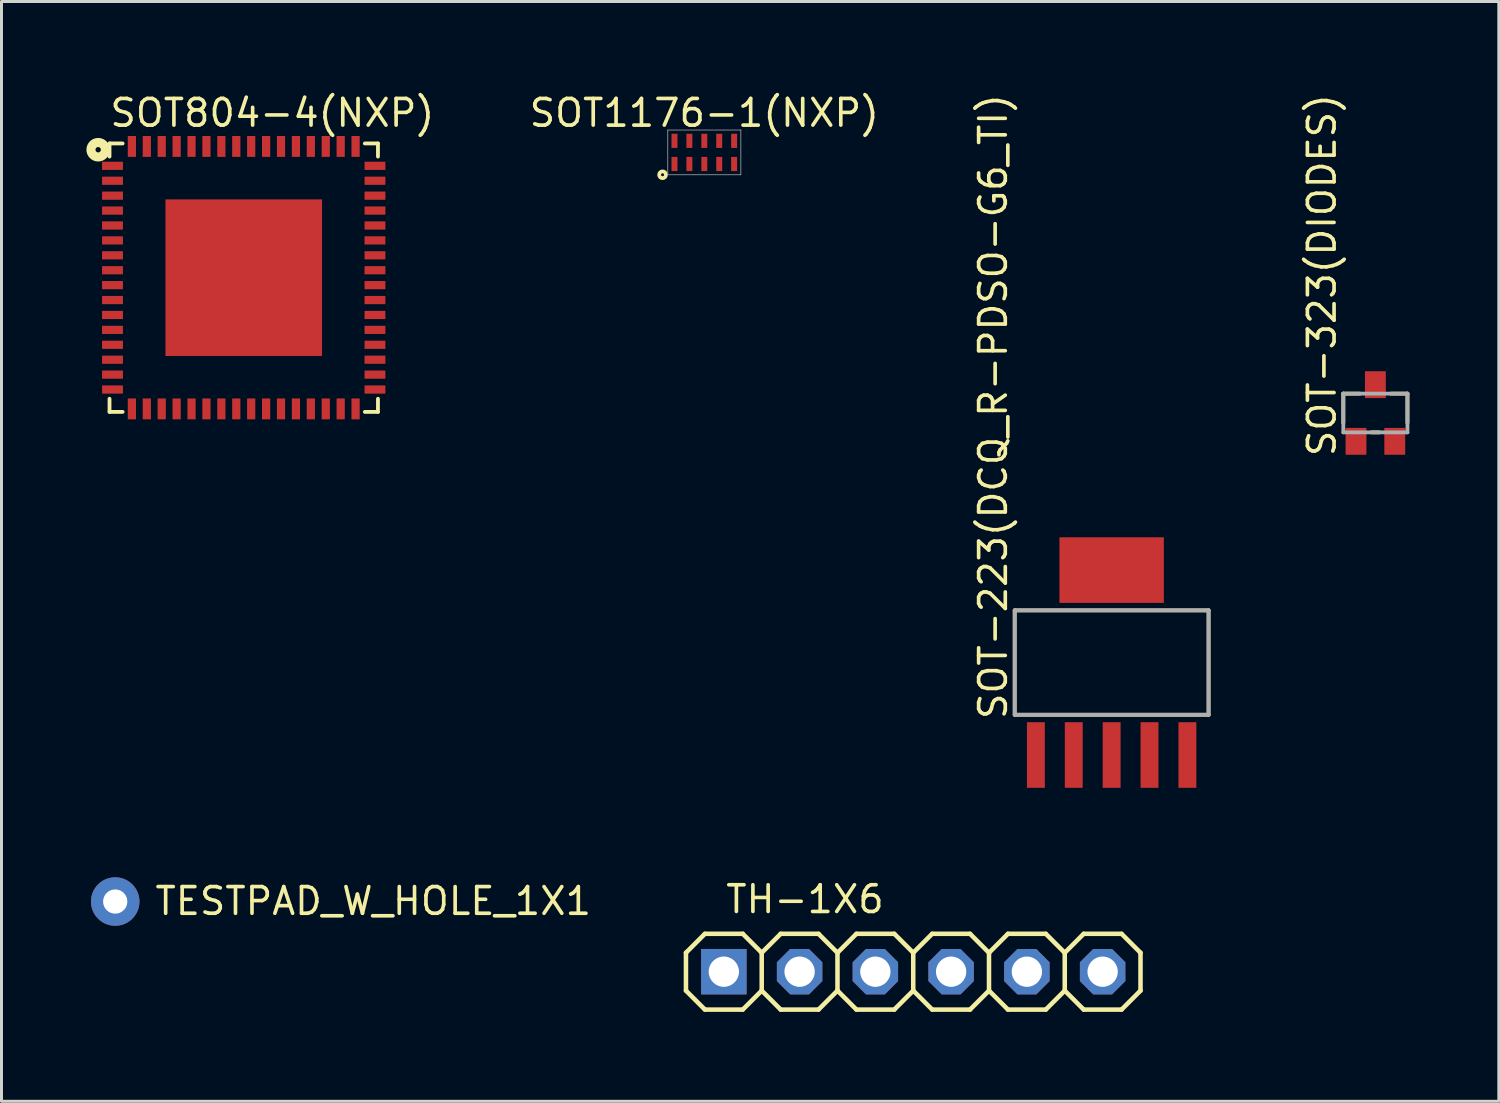
<source format=kicad_pcb>
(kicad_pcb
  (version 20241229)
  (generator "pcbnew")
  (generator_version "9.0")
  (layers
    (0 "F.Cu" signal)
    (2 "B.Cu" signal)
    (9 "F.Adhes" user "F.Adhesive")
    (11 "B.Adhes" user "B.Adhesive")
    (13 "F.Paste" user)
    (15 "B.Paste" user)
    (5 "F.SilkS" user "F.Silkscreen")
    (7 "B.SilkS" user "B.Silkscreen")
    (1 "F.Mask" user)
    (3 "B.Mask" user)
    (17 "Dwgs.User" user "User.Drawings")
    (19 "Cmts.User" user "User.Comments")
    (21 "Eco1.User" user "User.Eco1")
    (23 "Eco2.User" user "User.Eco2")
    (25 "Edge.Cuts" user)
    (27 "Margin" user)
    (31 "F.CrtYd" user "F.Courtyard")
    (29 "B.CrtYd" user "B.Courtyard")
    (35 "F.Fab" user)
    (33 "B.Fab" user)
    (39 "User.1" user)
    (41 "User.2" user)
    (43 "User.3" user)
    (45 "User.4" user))
  (footprint "SOT1176-1(NXP)"
    (layer "F.Cu")
    (at 20.564 2.06)
    (property "Reference" "SOT1176-1(NXP)" (at 0 -0.8 0) (layer "F.SilkS") (effects (font (size 0.894 0.894) (thickness 0.122)) (justify bottom)))
    (fp_circle (center -1.4 0.75) (end -1.35 0.75) (stroke (width 0.127) (type solid)) (fill no) (layer "F.SilkS"))
    (fp_line (start -1.225 -0.75) (end 1.225 -0.75) (stroke (width 0.025) (type solid)) (layer "F.Fab"))
    (fp_line (start -1.225 0.75) (end -1.225 -0.75) (stroke (width 0.025) (type solid)) (layer "F.Fab"))
    (fp_line (start 1.225 -0.75) (end 1.225 0.75) (stroke (width 0.025) (type solid)) (layer "F.Fab"))
    (fp_line (start 1.225 0.75) (end -1.225 0.75) (stroke (width 0.025) (type solid)) (layer "F.Fab"))
    (pad "1" smd rect (at -1 0.388) (size 0.2 0.475) (layers "F.Cu" "F.Mask" "F.Paste"))
    (pad "2" smd rect (at -0.5 0.388) (size 0.2 0.475) (layers "F.Cu" "F.Mask" "F.Paste"))
    (pad "3" smd rect (at 0 0.388) (size 0.2 0.475) (layers "F.Cu" "F.Mask" "F.Paste"))
    (pad "4" smd rect (at 0.5 0.388) (size 0.2 0.475) (layers "F.Cu" "F.Mask" "F.Paste"))
    (pad "5" smd rect (at 1 0.388) (size 0.2 0.475) (layers "F.Cu" "F.Mask" "F.Paste"))
    (pad "6" smd rect (at 1 -0.388) (size 0.2 0.475) (layers "F.Cu" "F.Mask" "F.Paste"))
    (pad "7" smd rect (at 0.5 -0.388) (size 0.2 0.475) (layers "F.Cu" "F.Mask" "F.Paste"))
    (pad "8" smd rect (at 0 -0.388) (size 0.2 0.475) (layers "F.Cu" "F.Mask" "F.Paste"))
    (pad "9" smd rect (at -0.5 -0.388) (size 0.2 0.475) (layers "F.Cu" "F.Mask" "F.Paste"))
    (pad "10" smd rect (at -1 -0.388) (size 0.2 0.475) (layers "F.Cu" "F.Mask" "F.Paste")))
  (footprint "SOT-323(DIODES)"
    (layer "F.Cu")
    (at 43.064 10.797)
    (property "Reference" "SOT-323(DIODES)" (at -1.27 1.524 90) (layer "F.SilkS") (effects (font (size 0.894 0.894) (thickness 0.122)) (justify left bottom)))
    (fp_line (start -1.075 -0.65) (end -1.075 0.33) (stroke (width 0.127) (type solid)) (layer "F.SilkS"))
    (fp_line (start -0.52 -0.65) (end -1.075 -0.65) (stroke (width 0.127) (type solid)) (layer "F.SilkS"))
    (fp_line (start -0.13 0.65) (end 0.13 0.65) (stroke (width 0.127) (type solid)) (layer "F.SilkS"))
    (fp_line (start 0.52 -0.65) (end 1.075 -0.65) (stroke (width 0.127) (type solid)) (layer "F.SilkS"))
    (fp_line (start 1.075 -0.65) (end 1.075 0.33) (stroke (width 0.127) (type solid)) (layer "F.SilkS"))
    (fp_line (start -1.075 -0.65) (end -1.075 0.65) (stroke (width 0.127) (type solid)) (layer "F.Fab"))
    (fp_line (start -1.075 0.65) (end 1.075 0.65) (stroke (width 0.127) (type solid)) (layer "F.Fab"))
    (fp_line (start 1.075 -0.65) (end -1.075 -0.65) (stroke (width 0.127) (type solid)) (layer "F.Fab"))
    (fp_line (start 1.075 0.65) (end 1.075 -0.65) (stroke (width 0.127) (type solid)) (layer "F.Fab"))
    (pad "D" smd rect (at 0 -0.95) (size 0.7 0.9) (layers "F.Cu" "F.Mask" "F.Paste"))
    (pad "G" smd rect (at -0.65 0.95) (size 0.7 0.9) (layers "F.Cu" "F.Mask" "F.Paste"))
    (pad "S" smd rect (at 0.65 0.95) (size 0.7 0.9) (layers "F.Cu" "F.Mask" "F.Paste")))
  (footprint "SOT804-4(NXP)"
    (layer "F.Cu")
    (at 5.122 6.26)
    (property "Reference" "SOT804-4(NXP)" (at -4.55 -5 0) (layer "F.SilkS") (effects (font (size 0.894 0.894) (thickness 0.122)) (justify left bottom)))
    (fp_line (start -4.5 -4.5) (end -4.5 -4.06) (stroke (width 0.127) (type solid)) (layer "F.SilkS"))
    (fp_line (start -4.5 4.06) (end -4.5 4.5) (stroke (width 0.127) (type solid)) (layer "F.SilkS"))
    (fp_line (start -4.5 4.5) (end -4.06 4.5) (stroke (width 0.127) (type solid)) (layer "F.SilkS"))
    (fp_line (start -4.06 -4.5) (end -4.5 -4.5) (stroke (width 0.127) (type solid)) (layer "F.SilkS"))
    (fp_line (start 4.06 4.5) (end 4.5 4.5) (stroke (width 0.127) (type solid)) (layer "F.SilkS"))
    (fp_line (start 4.5 -4.5) (end 4.06 -4.5) (stroke (width 0.127) (type solid)) (layer "F.SilkS"))
    (fp_line (start 4.5 -4.06) (end 4.5 -4.5) (stroke (width 0.127) (type solid)) (layer "F.SilkS"))
    (fp_line (start 4.5 4.5) (end 4.5 4.06) (stroke (width 0.127) (type solid)) (layer "F.SilkS"))
    (fp_circle (center -4.88 -4.29) (end -4.79 -4.29) (stroke (width 0.305) (type solid)) (fill no) (layer "F.SilkS"))
    (pad "1" smd rect (at -4.4 -3.75) (size 0.7 0.275) (layers "F.Cu" "F.Mask" "F.Paste"))
    (pad "2" smd rect (at -4.4 -3.25) (size 0.7 0.275) (layers "F.Cu" "F.Mask" "F.Paste"))
    (pad "3" smd rect (at -4.4 -2.75) (size 0.7 0.275) (layers "F.Cu" "F.Mask" "F.Paste"))
    (pad "4" smd rect (at -4.4 -2.25) (size 0.7 0.275) (layers "F.Cu" "F.Mask" "F.Paste"))
    (pad "5" smd rect (at -4.4 -1.75) (size 0.7 0.275) (layers "F.Cu" "F.Mask" "F.Paste"))
    (pad "6" smd rect (at -4.4 -1.25) (size 0.7 0.275) (layers "F.Cu" "F.Mask" "F.Paste"))
    (pad "7" smd rect (at -4.4 -0.75) (size 0.7 0.275) (layers "F.Cu" "F.Mask" "F.Paste"))
    (pad "8" smd rect (at -4.4 -0.25) (size 0.7 0.275) (layers "F.Cu" "F.Mask" "F.Paste"))
    (pad "9" smd rect (at -4.4 0.25) (size 0.7 0.275) (layers "F.Cu" "F.Mask" "F.Paste"))
    (pad "10" smd rect (at -4.4 0.75) (size 0.7 0.275) (layers "F.Cu" "F.Mask" "F.Paste"))
    (pad "11" smd rect (at -4.4 1.25) (size 0.7 0.275) (layers "F.Cu" "F.Mask" "F.Paste"))
    (pad "12" smd rect (at -4.4 1.75) (size 0.7 0.275) (layers "F.Cu" "F.Mask" "F.Paste"))
    (pad "13" smd rect (at -4.4 2.25) (size 0.7 0.275) (layers "F.Cu" "F.Mask" "F.Paste"))
    (pad "14" smd rect (at -4.4 2.75) (size 0.7 0.275) (layers "F.Cu" "F.Mask" "F.Paste"))
    (pad "15" smd rect (at -4.4 3.25) (size 0.7 0.275) (layers "F.Cu" "F.Mask" "F.Paste"))
    (pad "16" smd rect (at -4.4 3.75) (size 0.7 0.275) (layers "F.Cu" "F.Mask" "F.Paste"))
    (pad "17" smd rect (at -3.75 4.4 90) (size 0.7 0.275) (layers "F.Cu" "F.Mask" "F.Paste"))
    (pad "18" smd rect (at -3.25 4.4 90) (size 0.7 0.275) (layers "F.Cu" "F.Mask" "F.Paste"))
    (pad "19" smd rect (at -2.75 4.4 90) (size 0.7 0.275) (layers "F.Cu" "F.Mask" "F.Paste"))
    (pad "20" smd rect (at -2.25 4.4 90) (size 0.7 0.275) (layers "F.Cu" "F.Mask" "F.Paste"))
    (pad "21" smd rect (at -1.75 4.4 90) (size 0.7 0.275) (layers "F.Cu" "F.Mask" "F.Paste"))
    (pad "22" smd rect (at -1.25 4.4 90) (size 0.7 0.275) (layers "F.Cu" "F.Mask" "F.Paste"))
    (pad "23" smd rect (at -0.75 4.4 90) (size 0.7 0.275) (layers "F.Cu" "F.Mask" "F.Paste"))
    (pad "24" smd rect (at -0.25 4.4 90) (size 0.7 0.275) (layers "F.Cu" "F.Mask" "F.Paste"))
    (pad "25" smd rect (at 0.25 4.4 90) (size 0.7 0.275) (layers "F.Cu" "F.Mask" "F.Paste"))
    (pad "26" smd rect (at 0.75 4.4 90) (size 0.7 0.275) (layers "F.Cu" "F.Mask" "F.Paste"))
    (pad "27" smd rect (at 1.25 4.4 90) (size 0.7 0.275) (layers "F.Cu" "F.Mask" "F.Paste"))
    (pad "28" smd rect (at 1.75 4.4 90) (size 0.7 0.275) (layers "F.Cu" "F.Mask" "F.Paste"))
    (pad "29" smd rect (at 2.25 4.4 90) (size 0.7 0.275) (layers "F.Cu" "F.Mask" "F.Paste"))
    (pad "30" smd rect (at 2.75 4.4 90) (size 0.7 0.275) (layers "F.Cu" "F.Mask" "F.Paste"))
    (pad "31" smd rect (at 3.25 4.4 90) (size 0.7 0.275) (layers "F.Cu" "F.Mask" "F.Paste"))
    (pad "32" smd rect (at 3.75 4.4 90) (size 0.7 0.275) (layers "F.Cu" "F.Mask" "F.Paste"))
    (pad "33" smd rect (at 4.4 3.75 180) (size 0.7 0.275) (layers "F.Cu" "F.Mask" "F.Paste"))
    (pad "34" smd rect (at 4.4 3.25 180) (size 0.7 0.275) (layers "F.Cu" "F.Mask" "F.Paste"))
    (pad "35" smd rect (at 4.4 2.75 180) (size 0.7 0.275) (layers "F.Cu" "F.Mask" "F.Paste"))
    (pad "36" smd rect (at 4.4 2.25 180) (size 0.7 0.275) (layers "F.Cu" "F.Mask" "F.Paste"))
    (pad "37" smd rect (at 4.4 1.75 180) (size 0.7 0.275) (layers "F.Cu" "F.Mask" "F.Paste"))
    (pad "38" smd rect (at 4.4 1.25 180) (size 0.7 0.275) (layers "F.Cu" "F.Mask" "F.Paste"))
    (pad "39" smd rect (at 4.4 0.75 180) (size 0.7 0.275) (layers "F.Cu" "F.Mask" "F.Paste"))
    (pad "40" smd rect (at 4.4 0.25 180) (size 0.7 0.275) (layers "F.Cu" "F.Mask" "F.Paste"))
    (pad "41" smd rect (at 4.4 -0.25 180) (size 0.7 0.275) (layers "F.Cu" "F.Mask" "F.Paste"))
    (pad "42" smd rect (at 4.4 -0.75 180) (size 0.7 0.275) (layers "F.Cu" "F.Mask" "F.Paste"))
    (pad "43" smd rect (at 4.4 -1.25 180) (size 0.7 0.275) (layers "F.Cu" "F.Mask" "F.Paste"))
    (pad "44" smd rect (at 4.4 -1.75 180) (size 0.7 0.275) (layers "F.Cu" "F.Mask" "F.Paste"))
    (pad "45" smd rect (at 4.4 -2.25 180) (size 0.7 0.275) (layers "F.Cu" "F.Mask" "F.Paste"))
    (pad "46" smd rect (at 4.4 -2.75 180) (size 0.7 0.275) (layers "F.Cu" "F.Mask" "F.Paste"))
    (pad "47" smd rect (at 4.4 -3.25 180) (size 0.7 0.275) (layers "F.Cu" "F.Mask" "F.Paste"))
    (pad "48" smd rect (at 4.4 -3.75 180) (size 0.7 0.275) (layers "F.Cu" "F.Mask" "F.Paste"))
    (pad "49" smd rect (at 3.75 -4.4 270) (size 0.7 0.275) (layers "F.Cu" "F.Mask" "F.Paste"))
    (pad "50" smd rect (at 3.25 -4.4 270) (size 0.7 0.275) (layers "F.Cu" "F.Mask" "F.Paste"))
    (pad "51" smd rect (at 2.75 -4.4 270) (size 0.7 0.275) (layers "F.Cu" "F.Mask" "F.Paste"))
    (pad "52" smd rect (at 2.25 -4.4 270) (size 0.7 0.275) (layers "F.Cu" "F.Mask" "F.Paste"))
    (pad "53" smd rect (at 1.75 -4.4 270) (size 0.7 0.275) (layers "F.Cu" "F.Mask" "F.Paste"))
    (pad "54" smd rect (at 1.25 -4.4 270) (size 0.7 0.275) (layers "F.Cu" "F.Mask" "F.Paste"))
    (pad "55" smd rect (at 0.75 -4.4 270) (size 0.7 0.275) (layers "F.Cu" "F.Mask" "F.Paste"))
    (pad "56" smd rect (at 0.25 -4.4 270) (size 0.7 0.275) (layers "F.Cu" "F.Mask" "F.Paste"))
    (pad "57" smd rect (at -0.25 -4.4 270) (size 0.7 0.275) (layers "F.Cu" "F.Mask" "F.Paste"))
    (pad "58" smd rect (at -0.75 -4.4 270) (size 0.7 0.275) (layers "F.Cu" "F.Mask" "F.Paste"))
    (pad "59" smd rect (at -1.25 -4.4 270) (size 0.7 0.275) (layers "F.Cu" "F.Mask" "F.Paste"))
    (pad "60" smd rect (at -1.75 -4.4 270) (size 0.7 0.275) (layers "F.Cu" "F.Mask" "F.Paste"))
    (pad "61" smd rect (at -2.25 -4.4 270) (size 0.7 0.275) (layers "F.Cu" "F.Mask" "F.Paste"))
    (pad "62" smd rect (at -2.75 -4.4 270) (size 0.7 0.275) (layers "F.Cu" "F.Mask" "F.Paste"))
    (pad "63" smd rect (at -3.25 -4.4 270) (size 0.7 0.275) (layers "F.Cu" "F.Mask" "F.Paste"))
    (pad "64" smd rect (at -3.75 -4.4 270) (size 0.7 0.275) (layers "F.Cu" "F.Mask" "F.Paste"))
    (pad "65" smd rect (at 0 0) (size 5.25 5.25) (layers "F.Cu" "F.Mask" "F.Paste")))
  (footprint "SOT-223(DCQ_R-PDSO-G6_TI)"
    (layer "F.Cu")
    (at 34.221 19.164)
    (property "Reference" "SOT-223(DCQ_R-PDSO-G6_TI)" (at -3.45 1.97 90) (layer "F.SilkS") (effects (font (size 0.894 0.894) (thickness 0.122)) (justify left bottom)))
    (fp_line (start -3.25 -1.75) (end -3.25 1.75) (stroke (width 0.127) (type solid)) (layer "F.SilkS"))
    (fp_line (start -3.25 -1.75) (end 3.25 -1.75) (stroke (width 0.127) (type solid)) (layer "F.SilkS"))
    (fp_line (start -3.25 1.75) (end 3.25 1.75) (stroke (width 0.127) (type solid)) (layer "F.SilkS"))
    (fp_line (start 3.25 -1.75) (end 3.25 1.75) (stroke (width 0.127) (type solid)) (layer "F.SilkS"))
    (fp_line (start -3.25 -1.75) (end 3.25 -1.75) (stroke (width 0.127) (type solid)) (layer "F.Fab"))
    (fp_line (start -3.25 1.75) (end -3.25 -1.75) (stroke (width 0.127) (type solid)) (layer "F.Fab"))
    (fp_line (start 3.25 -1.75) (end 3.25 1.75) (stroke (width 0.127) (type solid)) (layer "F.Fab"))
    (fp_line (start 3.25 1.75) (end -3.25 1.75) (stroke (width 0.127) (type solid)) (layer "F.Fab"))
    (pad "1" smd rect (at -2.54 3.1) (size 0.6 2.2) (layers "F.Cu" "F.Mask" "F.Paste"))
    (pad "2" smd rect (at -1.27 3.1) (size 0.6 2.2) (layers "F.Cu" "F.Mask" "F.Paste"))
    (pad "3" smd rect (at 0 3.1) (size 0.6 2.2) (layers "F.Cu" "F.Mask" "F.Paste"))
    (pad "4" smd rect (at 1.27 3.1) (size 0.6 2.2) (layers "F.Cu" "F.Mask" "F.Paste"))
    (pad "5" smd rect (at 2.54 3.1) (size 0.6 2.2) (layers "F.Cu" "F.Mask" "F.Paste"))
    (pad "6" smd rect (at 0 -3.1) (size 3.5 2.2) (layers "F.Cu" "F.Mask" "F.Paste")))
  (footprint "TH-1X6"
    (layer "F.Cu")
    (at 27.569 29.529)
    (property "Reference" "TH-1X6" (at -6.35 -1.905 0) (layer "F.SilkS") (effects (font (size 0.894 0.894) (thickness 0.122)) (justify left bottom)))
    (fp_line (start -7.62 -0.635) (end -6.985 -1.27) (stroke (width 0.152) (type solid)) (layer "F.SilkS"))
    (fp_line (start -7.62 0.635) (end -7.62 -0.635) (stroke (width 0.152) (type solid)) (layer "F.SilkS"))
    (fp_line (start -7.62 0.635) (end -6.985 1.27) (stroke (width 0.152) (type solid)) (layer "F.SilkS"))
    (fp_line (start -6.985 -1.27) (end -5.715 -1.27) (stroke (width 0.152) (type solid)) (layer "F.SilkS"))
    (fp_line (start -6.985 1.27) (end -5.715 1.27) (stroke (width 0.152) (type solid)) (layer "F.SilkS"))
    (fp_line (start -5.715 -1.27) (end -5.08 -0.635) (stroke (width 0.152) (type solid)) (layer "F.SilkS"))
    (fp_line (start -5.715 1.27) (end -5.08 0.635) (stroke (width 0.152) (type solid)) (layer "F.SilkS"))
    (fp_line (start -5.08 -0.635) (end -5.08 0.635) (stroke (width 0.152) (type solid)) (layer "F.SilkS"))
    (fp_line (start -5.08 -0.635) (end -4.445 -1.27) (stroke (width 0.152) (type solid)) (layer "F.SilkS"))
    (fp_line (start -5.08 0.635) (end -4.445 1.27) (stroke (width 0.152) (type solid)) (layer "F.SilkS"))
    (fp_line (start -4.445 -1.27) (end -3.175 -1.27) (stroke (width 0.152) (type solid)) (layer "F.SilkS"))
    (fp_line (start -4.445 1.27) (end -3.175 1.27) (stroke (width 0.152) (type solid)) (layer "F.SilkS"))
    (fp_line (start -3.175 -1.27) (end -2.54 -0.635) (stroke (width 0.152) (type solid)) (layer "F.SilkS"))
    (fp_line (start -3.175 1.27) (end -2.54 0.635) (stroke (width 0.152) (type solid)) (layer "F.SilkS"))
    (fp_line (start -2.54 -0.635) (end -2.54 0.635) (stroke (width 0.152) (type solid)) (layer "F.SilkS"))
    (fp_line (start -2.54 -0.635) (end -1.905 -1.27) (stroke (width 0.152) (type solid)) (layer "F.SilkS"))
    (fp_line (start -2.54 0.635) (end -1.905 1.27) (stroke (width 0.152) (type solid)) (layer "F.SilkS"))
    (fp_line (start -1.905 -1.27) (end -0.635 -1.27) (stroke (width 0.152) (type solid)) (layer "F.SilkS"))
    (fp_line (start -1.905 1.27) (end -0.635 1.27) (stroke (width 0.152) (type solid)) (layer "F.SilkS"))
    (fp_line (start -0.635 -1.27) (end 0 -0.635) (stroke (width 0.152) (type solid)) (layer "F.SilkS"))
    (fp_line (start -0.635 1.27) (end 0 0.635) (stroke (width 0.152) (type solid)) (layer "F.SilkS"))
    (fp_line (start 0 -0.635) (end 0 0.635) (stroke (width 0.152) (type solid)) (layer "F.SilkS"))
    (fp_line (start 0.635 -1.27) (end 0 -0.635) (stroke (width 0.152) (type solid)) (layer "F.SilkS"))
    (fp_line (start 0.635 1.27) (end 0 0.635) (stroke (width 0.152) (type solid)) (layer "F.SilkS"))
    (fp_line (start 1.905 -1.27) (end 0.635 -1.27) (stroke (width 0.152) (type solid)) (layer "F.SilkS"))
    (fp_line (start 1.905 1.27) (end 0.635 1.27) (stroke (width 0.152) (type solid)) (layer "F.SilkS"))
    (fp_line (start 2.54 -0.635) (end 1.905 -1.27) (stroke (width 0.152) (type solid)) (layer "F.SilkS"))
    (fp_line (start 2.54 0.635) (end 1.905 1.27) (stroke (width 0.152) (type solid)) (layer "F.SilkS"))
    (fp_line (start 2.54 0.635) (end 2.54 -0.635) (stroke (width 0.152) (type solid)) (layer "F.SilkS"))
    (fp_line (start 3.175 -1.27) (end 2.54 -0.635) (stroke (width 0.152) (type solid)) (layer "F.SilkS"))
    (fp_line (start 3.175 1.27) (end 2.54 0.635) (stroke (width 0.152) (type solid)) (layer "F.SilkS"))
    (fp_line (start 4.445 -1.27) (end 3.175 -1.27) (stroke (width 0.152) (type solid)) (layer "F.SilkS"))
    (fp_line (start 4.445 1.27) (end 3.175 1.27) (stroke (width 0.152) (type solid)) (layer "F.SilkS"))
    (fp_line (start 5.08 -0.635) (end 4.445 -1.27) (stroke (width 0.152) (type solid)) (layer "F.SilkS"))
    (fp_line (start 5.08 0.635) (end 4.445 1.27) (stroke (width 0.152) (type solid)) (layer "F.SilkS"))
    (fp_line (start 5.08 0.635) (end 5.08 -0.635) (stroke (width 0.152) (type solid)) (layer "F.SilkS"))
    (fp_line (start 5.715 -1.27) (end 5.08 -0.635) (stroke (width 0.152) (type solid)) (layer "F.SilkS"))
    (fp_line (start 5.715 1.27) (end 5.08 0.635) (stroke (width 0.152) (type solid)) (layer "F.SilkS"))
    (fp_line (start 6.985 -1.27) (end 5.715 -1.27) (stroke (width 0.152) (type solid)) (layer "F.SilkS"))
    (fp_line (start 6.985 1.27) (end 5.715 1.27) (stroke (width 0.152) (type solid)) (layer "F.SilkS"))
    (fp_line (start 7.62 -0.635) (end 6.985 -1.27) (stroke (width 0.152) (type solid)) (layer "F.SilkS"))
    (fp_line (start 7.62 -0.635) (end 7.62 0.635) (stroke (width 0.152) (type solid)) (layer "F.SilkS"))
    (fp_line (start 7.62 0.635) (end 6.985 1.27) (stroke (width 0.152) (type solid)) (layer "F.SilkS"))
    (fp_poly (pts (xy -6.604 0.254) (xy -6.096 0.254) (xy -6.096 -0.254) (xy -6.604 -0.254)) (stroke (width 0.1) (type default)) (fill no) (layer "F.Fab"))
    (fp_poly (pts (xy -4.064 0.254) (xy -3.556 0.254) (xy -3.556 -0.254) (xy -4.064 -0.254)) (stroke (width 0.1) (type default)) (fill no) (layer "F.Fab"))
    (fp_poly (pts (xy -1.524 0.254) (xy -1.016 0.254) (xy -1.016 -0.254) (xy -1.524 -0.254)) (stroke (width 0.1) (type default)) (fill no) (layer "F.Fab"))
    (fp_poly (pts (xy 1.016 0.254) (xy 1.524 0.254) (xy 1.524 -0.254) (xy 1.016 -0.254)) (stroke (width 0.1) (type default)) (fill no) (layer "F.Fab"))
    (fp_poly (pts (xy 3.556 0.254) (xy 4.064 0.254) (xy 4.064 -0.254) (xy 3.556 -0.254)) (stroke (width 0.1) (type default)) (fill no) (layer "F.Fab"))
    (fp_poly (pts (xy 6.096 0.254) (xy 6.604 0.254) (xy 6.604 -0.254) (xy 6.096 -0.254)) (stroke (width 0.1) (type default)) (fill no) (layer "F.Fab"))
    (pad "1" thru_hole rect (at -6.35 0) (size 1.524 1.524) (drill 1.016) (layers "*.Cu" "*.Mask"))
    (pad "2" thru_hole roundrect (at -3.81 0) (size 1.524 1.524) (drill 1.016) (layers "*.Cu" "*.Mask") (roundrect_rratio 0.25) (chamfer_ratio 0.293) (chamfer top_left top_right bottom_left bottom_right))
    (pad "3" thru_hole roundrect (at -1.27 0) (size 1.524 1.524) (drill 1.016) (layers "*.Cu" "*.Mask") (roundrect_rratio 0.25) (chamfer_ratio 0.293) (chamfer top_left top_right bottom_left bottom_right))
    (pad "4" thru_hole roundrect (at 1.27 0) (size 1.524 1.524) (drill 1.016) (layers "*.Cu" "*.Mask") (roundrect_rratio 0.25) (chamfer_ratio 0.293) (chamfer top_left top_right bottom_left bottom_right))
    (pad "5" thru_hole roundrect (at 3.81 0) (size 1.524 1.524) (drill 1.016) (layers "*.Cu" "*.Mask") (roundrect_rratio 0.25) (chamfer_ratio 0.293) (chamfer top_left top_right bottom_left bottom_right))
    (pad "6" thru_hole roundrect (at 6.35 0) (size 1.524 1.524) (drill 1.016) (layers "*.Cu" "*.Mask") (roundrect_rratio 0.25) (chamfer_ratio 0.293) (chamfer top_left top_right bottom_left bottom_right)))
  (footprint "TESTPAD_W_HOLE_1X1"
    (layer "F.Cu")
    (at 0.813 27.177)
    (property "Reference" "TESTPAD_W_HOLE_1X1" (at 1.27 0.508 0) (layer "F.SilkS") (effects (font (size 0.894 0.894) (thickness 0.122)) (justify left bottom)))
    (pad "P$1" thru_hole circle (at 0 0) (size 1.626 1.626) (drill 0.813) (layers "*.Cu" "*.Mask")))
  (gr_rect
    (start -3 -3)
    (end 47.203 33.875)
    (stroke (width 0.1) (type default))
    (fill no)
    (layer "Edge.Cuts")))
</source>
